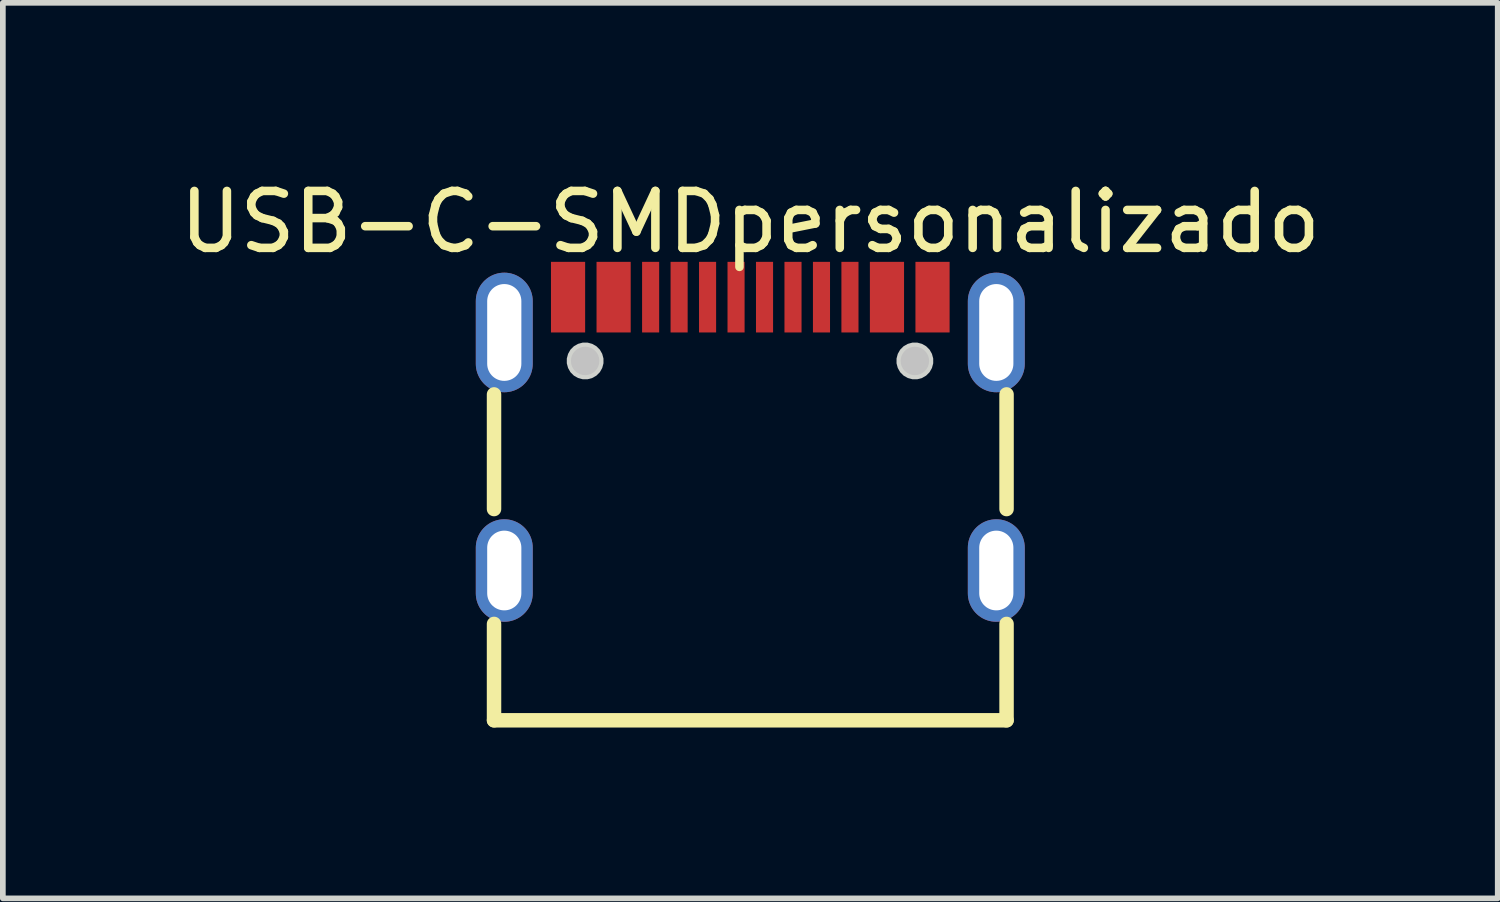
<source format=kicad_pcb>
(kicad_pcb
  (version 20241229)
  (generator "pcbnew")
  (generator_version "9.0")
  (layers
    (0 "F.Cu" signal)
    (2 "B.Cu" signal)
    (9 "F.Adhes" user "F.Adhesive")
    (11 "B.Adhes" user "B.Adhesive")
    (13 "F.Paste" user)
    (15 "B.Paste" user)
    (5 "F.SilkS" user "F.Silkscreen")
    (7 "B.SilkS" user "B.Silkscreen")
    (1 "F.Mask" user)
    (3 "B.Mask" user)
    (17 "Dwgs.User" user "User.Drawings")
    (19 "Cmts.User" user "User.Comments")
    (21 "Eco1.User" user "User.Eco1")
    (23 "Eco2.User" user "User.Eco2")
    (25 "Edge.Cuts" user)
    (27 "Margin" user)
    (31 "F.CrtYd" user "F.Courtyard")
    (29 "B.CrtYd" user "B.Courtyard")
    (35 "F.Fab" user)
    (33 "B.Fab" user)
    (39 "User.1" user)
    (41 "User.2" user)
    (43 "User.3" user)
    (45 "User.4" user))
  (footprint "USB-C-SMDpersonalizado"
    (layer "F.Cu")
    (at 10.125 4.568)
    (property "Reference" "USB-C-SMDpersonalizado" (at 0 -3.72 0) (layer "F.SilkS") (effects (font (size 1 1) (thickness 0.15))))
    (fp_line (start -4.5 1.321) (end -4.5 -0.692) (stroke (width 0.254) (type default)) (layer "F.SilkS"))
    (fp_line (start -4.5 5.03) (end -4.5 3.338) (stroke (width 0.254) (type default)) (layer "F.SilkS"))
    (fp_line (start 4.5 1.321) (end 4.5 -0.692) (stroke (width 0.254) (type default)) (layer "F.SilkS"))
    (fp_line (start 4.5 5.03) (end -4.5 5.03) (stroke (width 0.254) (type default)) (layer "F.SilkS"))
    (fp_line (start 4.5 5.03) (end 4.5 3.338) (stroke (width 0.254) (type default)) (layer "F.SilkS"))
    (fp_poly (pts (xy -3.5 -3.02) (xy -2.9 -3.02) (xy -2.9 -1.78) (xy -3.5 -1.78)) (stroke (width 0) (type default)) (fill yes) (layer "F.Paste"))
    (fp_poly (pts (xy -2.7 -3.02) (xy -2.1 -3.02) (xy -2.1 -1.78) (xy -2.7 -1.78)) (stroke (width 0) (type default)) (fill yes) (layer "F.Paste"))
    (fp_poly (pts (xy -1.9 -3.02) (xy -1.6 -3.02) (xy -1.6 -1.78) (xy -1.9 -1.78)) (stroke (width 0) (type default)) (fill yes) (layer "F.Paste"))
    (fp_poly (pts (xy -1.4 -3.02) (xy -1.1 -3.02) (xy -1.1 -1.78) (xy -1.4 -1.78)) (stroke (width 0) (type default)) (fill yes) (layer "F.Paste"))
    (fp_poly (pts (xy -0.9 -3.02) (xy -0.6 -3.02) (xy -0.6 -1.78) (xy -0.9 -1.78)) (stroke (width 0) (type default)) (fill yes) (layer "F.Paste"))
    (fp_poly (pts (xy -0.4 -3.02) (xy -0.1 -3.02) (xy -0.1 -1.78) (xy -0.4 -1.78)) (stroke (width 0) (type default)) (fill yes) (layer "F.Paste"))
    (fp_poly (pts (xy 0.1 -3.02) (xy 0.4 -3.02) (xy 0.4 -1.78) (xy 0.1 -1.78)) (stroke (width 0) (type default)) (fill yes) (layer "F.Paste"))
    (fp_poly (pts (xy 0.6 -3.02) (xy 0.9 -3.02) (xy 0.9 -1.78) (xy 0.6 -1.78)) (stroke (width 0) (type default)) (fill yes) (layer "F.Paste"))
    (fp_poly (pts (xy 1.1 -3.02) (xy 1.4 -3.02) (xy 1.4 -1.78) (xy 1.1 -1.78)) (stroke (width 0) (type default)) (fill yes) (layer "F.Paste"))
    (fp_poly (pts (xy 1.6 -3.02) (xy 1.9 -3.02) (xy 1.9 -1.78) (xy 1.6 -1.78)) (stroke (width 0) (type default)) (fill yes) (layer "F.Paste"))
    (fp_poly (pts (xy 2.1 -3.02) (xy 2.7 -3.02) (xy 2.7 -1.78) (xy 2.1 -1.78)) (stroke (width 0) (type default)) (fill yes) (layer "F.Paste"))
    (fp_poly (pts (xy 2.9 -3.02) (xy 3.5 -3.02) (xy 3.5 -1.78) (xy 2.9 -1.78)) (stroke (width 0) (type default)) (fill yes) (layer "F.Paste"))
    (fp_poly (pts (xy -4.282 -2.829) (xy -4.308 -2.83) (xy -4.332 -2.83) (xy -4.357 -2.829) (xy -4.382 -2.826) (xy -4.407 -2.822) (xy -4.431 -2.817) (xy -4.455 -2.812) (xy -4.479 -2.804) (xy -4.503 -2.796) (xy -4.526 -2.785) (xy -4.548 -2.775) (xy -4.57 -2.763) (xy -4.591 -2.75) (xy -4.612 -2.736) (xy -4.631 -2.721) (xy -4.651 -2.705) (xy -4.669 -2.688) (xy -4.686 -2.67) (xy -4.703 -2.651) (xy -4.718 -2.632) (xy -4.733 -2.611) (xy -4.747 -2.591) (xy -4.759 -2.569) (xy -4.771 -2.547) (xy -4.78 -2.524) (xy -4.79 -2.501) (xy -4.798 -2.478) (xy -4.804 -2.454) (xy -4.81 -2.429) (xy -4.814 -2.405) (xy -4.817 -2.38) (xy -4.819 -2.355) (xy -4.82 -2.33) (xy -4.82 -1.23) (xy -4.819 -1.205) (xy -4.817 -1.18) (xy -4.814 -1.155) (xy -4.81 -1.131) (xy -4.804 -1.107) (xy -4.798 -1.083) (xy -4.79 -1.059) (xy -4.78 -1.036) (xy -4.771 -1.013) (xy -4.759 -0.991) (xy -4.747 -0.97) (xy -4.733 -0.949) (xy -4.718 -0.928) (xy -4.703 -0.908) (xy -4.686 -0.89) (xy -4.669 -0.872) (xy -4.651 -0.855) (xy -4.631 -0.839) (xy -4.612 -0.824) (xy -4.591 -0.81) (xy -4.57 -0.797) (xy -4.548 -0.785) (xy -4.526 -0.774) (xy -4.503 -0.764) (xy -4.479 -0.756) (xy -4.455 -0.749) (xy -4.431 -0.743) (xy -4.407 -0.738) (xy -4.382 -0.734) (xy -4.357 -0.732) (xy -4.332 -0.73) (xy -4.308 -0.73) (xy -4.282 -0.732) (xy -4.258 -0.734) (xy -4.233 -0.738) (xy -4.209 -0.743) (xy -4.184 -0.749) (xy -4.161 -0.756) (xy -4.138 -0.764) (xy -4.114 -0.774) (xy -4.092 -0.785) (xy -4.07 -0.797) (xy -4.049 -0.81) (xy -4.028 -0.824) (xy -4.008 -0.839) (xy -3.989 -0.855) (xy -3.971 -0.872) (xy -3.954 -0.89) (xy -3.937 -0.908) (xy -3.921 -0.928) (xy -3.907 -0.949) (xy -3.893 -0.97) (xy -3.881 -0.991) (xy -3.869 -1.013) (xy -3.86 -1.036) (xy -3.85 -1.059) (xy -3.842 -1.083) (xy -3.836 -1.107) (xy -3.83 -1.131) (xy -3.825 -1.155) (xy -3.822 -1.18) (xy -3.821 -1.205) (xy -3.82 -1.23) (xy -3.82 -2.33) (xy -3.821 -2.355) (xy -3.822 -2.38) (xy -3.825 -2.405) (xy -3.83 -2.429) (xy -3.836 -2.454) (xy -3.842 -2.478) (xy -3.85 -2.501) (xy -3.86 -2.524) (xy -3.869 -2.547) (xy -3.881 -2.569) (xy -3.893 -2.591) (xy -3.907 -2.611) (xy -3.921 -2.632) (xy -3.937 -2.651) (xy -3.954 -2.67) (xy -3.971 -2.688) (xy -3.989 -2.705) (xy -4.008 -2.721) (xy -4.028 -2.736) (xy -4.049 -2.75) (xy -4.07 -2.763) (xy -4.092 -2.775) (xy -4.114 -2.785) (xy -4.138 -2.796) (xy -4.161 -2.804) (xy -4.184 -2.812) (xy -4.209 -2.817) (xy -4.233 -2.822) (xy -4.258 -2.826)) (stroke (width 0) (type default)) (fill yes) (layer "F.Paste"))
    (fp_poly (pts (xy -4.282 1.502) (xy -4.308 1.5) (xy -4.332 1.5) (xy -4.357 1.502) (xy -4.382 1.504) (xy -4.407 1.508) (xy -4.431 1.512) (xy -4.455 1.518) (xy -4.479 1.526) (xy -4.503 1.534) (xy -4.526 1.544) (xy -4.548 1.555) (xy -4.57 1.567) (xy -4.591 1.58) (xy -4.612 1.594) (xy -4.631 1.609) (xy -4.651 1.625) (xy -4.669 1.642) (xy -4.686 1.66) (xy -4.703 1.679) (xy -4.718 1.698) (xy -4.733 1.718) (xy -4.747 1.74) (xy -4.759 1.761) (xy -4.771 1.783) (xy -4.78 1.806) (xy -4.79 1.829) (xy -4.798 1.853) (xy -4.804 1.877) (xy -4.81 1.901) (xy -4.814 1.925) (xy -4.817 1.95) (xy -4.819 1.975) (xy -4.82 2) (xy -4.82 2.8) (xy -4.819 2.825) (xy -4.817 2.85) (xy -4.814 2.874) (xy -4.81 2.899) (xy -4.804 2.924) (xy -4.798 2.947) (xy -4.79 2.971) (xy -4.78 2.994) (xy -4.771 3.017) (xy -4.759 3.039) (xy -4.747 3.061) (xy -4.733 3.082) (xy -4.718 3.102) (xy -4.703 3.122) (xy -4.686 3.14) (xy -4.669 3.158) (xy -4.651 3.175) (xy -4.631 3.191) (xy -4.612 3.206) (xy -4.591 3.22) (xy -4.57 3.233) (xy -4.548 3.245) (xy -4.526 3.256) (xy -4.503 3.265) (xy -4.479 3.274) (xy -4.455 3.281) (xy -4.431 3.288) (xy -4.407 3.292) (xy -4.382 3.296) (xy -4.357 3.299) (xy -4.332 3.3) (xy -4.308 3.3) (xy -4.282 3.299) (xy -4.258 3.296) (xy -4.233 3.292) (xy -4.209 3.288) (xy -4.184 3.281) (xy -4.161 3.274) (xy -4.138 3.265) (xy -4.114 3.256) (xy -4.092 3.245) (xy -4.07 3.233) (xy -4.049 3.22) (xy -4.028 3.206) (xy -4.008 3.191) (xy -3.989 3.175) (xy -3.971 3.158) (xy -3.954 3.14) (xy -3.937 3.122) (xy -3.921 3.102) (xy -3.907 3.082) (xy -3.893 3.061) (xy -3.881 3.039) (xy -3.869 3.017) (xy -3.86 2.994) (xy -3.85 2.971) (xy -3.842 2.947) (xy -3.836 2.924) (xy -3.83 2.899) (xy -3.825 2.874) (xy -3.822 2.85) (xy -3.821 2.825) (xy -3.82 2.8) (xy -3.82 2) (xy -3.821 1.975) (xy -3.822 1.95) (xy -3.825 1.925) (xy -3.83 1.901) (xy -3.836 1.877) (xy -3.842 1.853) (xy -3.85 1.829) (xy -3.86 1.806) (xy -3.869 1.783) (xy -3.881 1.761) (xy -3.893 1.74) (xy -3.907 1.718) (xy -3.921 1.698) (xy -3.937 1.679) (xy -3.954 1.66) (xy -3.971 1.642) (xy -3.989 1.625) (xy -4.008 1.609) (xy -4.028 1.594) (xy -4.049 1.58) (xy -4.07 1.567) (xy -4.092 1.555) (xy -4.114 1.544) (xy -4.138 1.534) (xy -4.161 1.526) (xy -4.184 1.518) (xy -4.209 1.512) (xy -4.233 1.508) (xy -4.258 1.504)) (stroke (width 0) (type default)) (fill yes) (layer "F.Paste"))
    (fp_poly (pts (xy 4.357 -2.829) (xy 4.332 -2.83) (xy 4.308 -2.83) (xy 4.282 -2.829) (xy 4.258 -2.826) (xy 4.234 -2.822) (xy 4.209 -2.817) (xy 4.184 -2.812) (xy 4.161 -2.804) (xy 4.138 -2.796) (xy 4.114 -2.785) (xy 4.092 -2.775) (xy 4.07 -2.763) (xy 4.049 -2.75) (xy 4.028 -2.736) (xy 4.008 -2.721) (xy 3.989 -2.705) (xy 3.971 -2.688) (xy 3.954 -2.67) (xy 3.937 -2.651) (xy 3.921 -2.632) (xy 3.907 -2.611) (xy 3.893 -2.591) (xy 3.881 -2.569) (xy 3.869 -2.547) (xy 3.86 -2.524) (xy 3.85 -2.501) (xy 3.842 -2.478) (xy 3.836 -2.454) (xy 3.83 -2.429) (xy 3.825 -2.405) (xy 3.822 -2.38) (xy 3.821 -2.355) (xy 3.82 -2.33) (xy 3.82 -1.23) (xy 3.821 -1.205) (xy 3.822 -1.18) (xy 3.825 -1.155) (xy 3.83 -1.131) (xy 3.836 -1.107) (xy 3.842 -1.083) (xy 3.85 -1.059) (xy 3.86 -1.036) (xy 3.869 -1.013) (xy 3.881 -0.991) (xy 3.893 -0.97) (xy 3.907 -0.949) (xy 3.921 -0.928) (xy 3.937 -0.908) (xy 3.954 -0.89) (xy 3.971 -0.872) (xy 3.989 -0.855) (xy 4.008 -0.839) (xy 4.028 -0.824) (xy 4.049 -0.81) (xy 4.07 -0.797) (xy 4.092 -0.785) (xy 4.114 -0.774) (xy 4.138 -0.764) (xy 4.161 -0.756) (xy 4.184 -0.749) (xy 4.209 -0.743) (xy 4.234 -0.738) (xy 4.258 -0.734) (xy 4.282 -0.732) (xy 4.308 -0.73) (xy 4.332 -0.73) (xy 4.357 -0.732) (xy 4.382 -0.734) (xy 4.407 -0.738) (xy 4.431 -0.743) (xy 4.455 -0.749) (xy 4.479 -0.756) (xy 4.503 -0.764) (xy 4.526 -0.774) (xy 4.548 -0.785) (xy 4.57 -0.797) (xy 4.591 -0.81) (xy 4.612 -0.824) (xy 4.632 -0.839) (xy 4.651 -0.855) (xy 4.669 -0.872) (xy 4.686 -0.89) (xy 4.703 -0.908) (xy 4.718 -0.928) (xy 4.733 -0.949) (xy 4.747 -0.97) (xy 4.759 -0.991) (xy 4.771 -1.013) (xy 4.781 -1.036) (xy 4.79 -1.059) (xy 4.798 -1.083) (xy 4.804 -1.107) (xy 4.81 -1.131) (xy 4.814 -1.155) (xy 4.817 -1.18) (xy 4.819 -1.205) (xy 4.82 -1.23) (xy 4.82 -2.33) (xy 4.819 -2.355) (xy 4.817 -2.38) (xy 4.814 -2.405) (xy 4.81 -2.429) (xy 4.804 -2.454) (xy 4.798 -2.478) (xy 4.79 -2.501) (xy 4.781 -2.524) (xy 4.771 -2.547) (xy 4.759 -2.569) (xy 4.747 -2.591) (xy 4.733 -2.611) (xy 4.718 -2.632) (xy 4.703 -2.651) (xy 4.686 -2.67) (xy 4.669 -2.688) (xy 4.651 -2.705) (xy 4.632 -2.721) (xy 4.612 -2.736) (xy 4.591 -2.75) (xy 4.57 -2.763) (xy 4.548 -2.775) (xy 4.526 -2.785) (xy 4.503 -2.796) (xy 4.479 -2.804) (xy 4.455 -2.812) (xy 4.431 -2.817) (xy 4.407 -2.822) (xy 4.382 -2.826)) (stroke (width 0) (type default)) (fill yes) (layer "F.Paste"))
    (fp_poly (pts (xy 4.357 1.502) (xy 4.332 1.5) (xy 4.308 1.5) (xy 4.282 1.502) (xy 4.258 1.504) (xy 4.234 1.508) (xy 4.209 1.512) (xy 4.184 1.518) (xy 4.161 1.526) (xy 4.138 1.534) (xy 4.114 1.544) (xy 4.092 1.555) (xy 4.07 1.567) (xy 4.049 1.58) (xy 4.028 1.594) (xy 4.008 1.609) (xy 3.989 1.625) (xy 3.971 1.642) (xy 3.954 1.66) (xy 3.937 1.679) (xy 3.921 1.698) (xy 3.907 1.718) (xy 3.893 1.74) (xy 3.881 1.761) (xy 3.869 1.783) (xy 3.86 1.806) (xy 3.85 1.829) (xy 3.842 1.853) (xy 3.836 1.877) (xy 3.83 1.901) (xy 3.825 1.925) (xy 3.822 1.95) (xy 3.821 1.975) (xy 3.82 2) (xy 3.82 2.8) (xy 3.821 2.825) (xy 3.822 2.85) (xy 3.825 2.874) (xy 3.83 2.899) (xy 3.836 2.924) (xy 3.842 2.947) (xy 3.85 2.971) (xy 3.86 2.994) (xy 3.869 3.017) (xy 3.881 3.039) (xy 3.893 3.061) (xy 3.907 3.082) (xy 3.921 3.102) (xy 3.937 3.122) (xy 3.954 3.14) (xy 3.971 3.158) (xy 3.989 3.175) (xy 4.008 3.191) (xy 4.028 3.206) (xy 4.049 3.22) (xy 4.07 3.233) (xy 4.092 3.245) (xy 4.114 3.256) (xy 4.138 3.265) (xy 4.161 3.274) (xy 4.184 3.281) (xy 4.209 3.288) (xy 4.234 3.292) (xy 4.258 3.296) (xy 4.282 3.299) (xy 4.308 3.3) (xy 4.332 3.3) (xy 4.357 3.299) (xy 4.382 3.296) (xy 4.407 3.292) (xy 4.431 3.288) (xy 4.455 3.281) (xy 4.479 3.274) (xy 4.503 3.265) (xy 4.526 3.256) (xy 4.548 3.245) (xy 4.57 3.233) (xy 4.591 3.22) (xy 4.612 3.206) (xy 4.632 3.191) (xy 4.651 3.175) (xy 4.669 3.158) (xy 4.686 3.14) (xy 4.703 3.122) (xy 4.718 3.102) (xy 4.733 3.082) (xy 4.747 3.061) (xy 4.759 3.039) (xy 4.771 3.017) (xy 4.781 2.994) (xy 4.79 2.971) (xy 4.798 2.947) (xy 4.804 2.924) (xy 4.81 2.899) (xy 4.814 2.874) (xy 4.817 2.85) (xy 4.819 2.825) (xy 4.82 2.8) (xy 4.82 2) (xy 4.819 1.975) (xy 4.817 1.95) (xy 4.814 1.925) (xy 4.81 1.901) (xy 4.804 1.877) (xy 4.798 1.853) (xy 4.79 1.829) (xy 4.781 1.806) (xy 4.771 1.783) (xy 4.759 1.761) (xy 4.747 1.74) (xy 4.733 1.718) (xy 4.718 1.698) (xy 4.703 1.679) (xy 4.686 1.66) (xy 4.669 1.642) (xy 4.651 1.625) (xy 4.632 1.609) (xy 4.612 1.594) (xy 4.591 1.58) (xy 4.57 1.567) (xy 4.548 1.555) (xy 4.526 1.544) (xy 4.503 1.534) (xy 4.479 1.526) (xy 4.455 1.518) (xy 4.431 1.512) (xy 4.407 1.508) (xy 4.382 1.504)) (stroke (width 0) (type default)) (fill yes) (layer "F.Paste"))
    (fp_circle (center -2.9 -1.28) (end -2.775 -1.28) (stroke (width 0.25) (type default)) (fill no) (layer "Dwgs.User"))
    (fp_circle (center 2.89 -1.28) (end 3.015 -1.28) (stroke (width 0.25) (type default)) (fill no) (layer "Dwgs.User"))
    (fp_poly (pts (xy -2.578 -1.322) (xy -2.6 -1.404) (xy -2.642 -1.478) (xy -2.702 -1.538) (xy -2.776 -1.58) (xy -2.858 -1.602) (xy -2.942 -1.602) (xy -3.024 -1.58) (xy -3.098 -1.538) (xy -3.158 -1.478) (xy -3.2 -1.404) (xy -3.222 -1.322) (xy -3.222 -1.238) (xy -3.2 -1.156) (xy -3.158 -1.082) (xy -3.098 -1.022) (xy -3.024 -0.98) (xy -2.942 -0.958) (xy -2.858 -0.958) (xy -2.776 -0.98) (xy -2.702 -1.022) (xy -2.642 -1.082) (xy -2.6 -1.156) (xy -2.578 -1.238)) (stroke (width 0) (type default)) (fill yes) (layer "Edge.Cuts"))
    (fp_poly (pts (xy 3.212 -1.322) (xy 3.19 -1.404) (xy 3.148 -1.478) (xy 3.088 -1.538) (xy 3.014 -1.58) (xy 2.932 -1.602) (xy 2.848 -1.602) (xy 2.766 -1.58) (xy 2.692 -1.538) (xy 2.632 -1.478) (xy 2.59 -1.404) (xy 2.568 -1.322) (xy 2.568 -1.238) (xy 2.59 -1.156) (xy 2.632 -1.082) (xy 2.692 -1.022) (xy 2.766 -0.98) (xy 2.848 -0.958) (xy 2.932 -0.958) (xy 3.014 -0.98) (xy 3.088 -1.022) (xy 3.148 -1.082) (xy 3.19 -1.156) (xy 3.212 -1.238)) (stroke (width 0) (type default)) (fill yes) (layer "Edge.Cuts"))
    (fp_poly (pts (xy -4.47 -2.33) (xy -4.17 -2.33) (xy -4.17 -1.23) (xy -4.47 -1.23)) (stroke (width 0.1) (type default)) (fill no) (layer "User.1"))
    (fp_poly (pts (xy -4.47 2) (xy -4.17 2) (xy -4.17 2.8) (xy -4.47 2.8)) (stroke (width 0.1) (type default)) (fill no) (layer "User.1"))
    (fp_poly (pts (xy -3.43 -2.9) (xy -2.97 -2.9) (xy -2.97 -2.1) (xy -3.43 -2.1)) (stroke (width 0.1) (type default)) (fill no) (layer "User.1"))
    (fp_poly (pts (xy -2.63 -2.9) (xy -2.17 -2.9) (xy -2.17 -2.1) (xy -2.63 -2.1)) (stroke (width 0.1) (type default)) (fill no) (layer "User.1"))
    (fp_poly (pts (xy -1.87 -2.9) (xy -1.63 -2.9) (xy -1.63 -2.1) (xy -1.87 -2.1)) (stroke (width 0.1) (type default)) (fill no) (layer "User.1"))
    (fp_poly (pts (xy -1.37 -2.9) (xy -1.13 -2.9) (xy -1.13 -2.1) (xy -1.37 -2.1)) (stroke (width 0.1) (type default)) (fill no) (layer "User.1"))
    (fp_poly (pts (xy -0.87 -2.9) (xy -0.63 -2.9) (xy -0.63 -2.1) (xy -0.87 -2.1)) (stroke (width 0.1) (type default)) (fill no) (layer "User.1"))
    (fp_poly (pts (xy -0.37 -2.9) (xy -0.13 -2.9) (xy -0.13 -2.1) (xy -0.37 -2.1)) (stroke (width 0.1) (type default)) (fill no) (layer "User.1"))
    (fp_poly (pts (xy 0.13 -2.9) (xy 0.37 -2.9) (xy 0.37 -2.1) (xy 0.13 -2.1)) (stroke (width 0.1) (type default)) (fill no) (layer "User.1"))
    (fp_poly (pts (xy 0.63 -2.9) (xy 0.87 -2.9) (xy 0.87 -2.1) (xy 0.63 -2.1)) (stroke (width 0.1) (type default)) (fill no) (layer "User.1"))
    (fp_poly (pts (xy 1.13 -2.9) (xy 1.37 -2.9) (xy 1.37 -2.1) (xy 1.13 -2.1)) (stroke (width 0.1) (type default)) (fill no) (layer "User.1"))
    (fp_poly (pts (xy 1.63 -2.9) (xy 1.87 -2.9) (xy 1.87 -2.1) (xy 1.63 -2.1)) (stroke (width 0.1) (type default)) (fill no) (layer "User.1"))
    (fp_poly (pts (xy 2.17 -2.9) (xy 2.63 -2.9) (xy 2.63 -2.1) (xy 2.17 -2.1)) (stroke (width 0.1) (type default)) (fill no) (layer "User.1"))
    (fp_poly (pts (xy 2.97 -2.9) (xy 3.43 -2.9) (xy 3.43 -2.1) (xy 2.97 -2.1)) (stroke (width 0.1) (type default)) (fill no) (layer "User.1"))
    (fp_poly (pts (xy 4.17 -2.33) (xy 4.47 -2.33) (xy 4.47 -1.23) (xy 4.17 -1.23)) (stroke (width 0.1) (type default)) (fill no) (layer "User.1"))
    (fp_poly (pts (xy 4.17 2) (xy 4.47 2) (xy 4.47 2.8) (xy 4.17 2.8)) (stroke (width 0.1) (type default)) (fill no) (layer "User.1"))
    (fp_line (start -4.47 -2.32) (end 4.47 -2.32) (stroke (width 0.051) (type default)) (layer "User.2"))
    (fp_line (start -4.47 5.03) (end -4.47 -2.32) (stroke (width 0.051) (type default)) (layer "User.2"))
    (fp_line (start 4.47 -2.32) (end 4.47 5.03) (stroke (width 0.051) (type default)) (layer "User.2"))
    (fp_line (start 4.47 5.03) (end -4.47 5.03) (stroke (width 0.051) (type default)) (layer "User.2"))
    (fp_poly (pts (xy -4.415 -2.923) (xy -4.447 -2.955) (xy -4.493 -2.955) (xy -4.525 -2.923) (xy -4.525 -2.877) (xy -4.493 -2.845) (xy -4.447 -2.845) (xy -4.415 -2.877)) (stroke (width 0.1) (type default)) (fill no) (layer "User.3"))
    (pad "1" thru_hole oval (at -4.32 -1.78) (size 1 2.1) (drill oval 0.6 1.7) (layers "*.Cu" "*.Mask"))
    (pad "2" thru_hole oval (at 4.32 -1.78) (size 1 2.1) (drill oval 0.6 1.7) (layers "*.Cu" "*.Mask"))
    (pad "3" thru_hole oval (at 4.32 2.4) (size 1 1.8) (drill oval 0.6 1.4) (layers "*.Cu" "*.Mask"))
    (pad "4" thru_hole oval (at -4.32 2.4) (size 1 1.8) (drill oval 0.6 1.4) (layers "*.Cu" "*.Mask"))
    (pad "A1B12" smd rect (at -3.2 -2.4) (size 0.6 1.24) (layers "F.Cu" "F.Mask" "F.Paste"))
    (pad "A4B9" smd rect (at -2.4 -2.4) (size 0.6 1.24) (layers "F.Cu" "F.Mask" "F.Paste"))
    (pad "A5" smd rect (at -1.25 -2.4) (size 0.3 1.24) (layers "F.Cu" "F.Mask" "F.Paste"))
    (pad "A6" smd rect (at -0.25 -2.4) (size 0.3 1.24) (layers "F.Cu" "F.Mask" "F.Paste"))
    (pad "A7" smd rect (at 0.25 -2.4) (size 0.3 1.24) (layers "F.Cu" "F.Mask" "F.Paste"))
    (pad "A8" smd rect (at 1.25 -2.4) (size 0.3 1.24) (layers "F.Cu" "F.Mask" "F.Paste"))
    (pad "B1A12" smd rect (at 3.2 -2.4) (size 0.6 1.24) (layers "F.Cu" "F.Mask" "F.Paste"))
    (pad "B4A9" smd rect (at 2.4 -2.4) (size 0.6 1.24) (layers "F.Cu" "F.Mask" "F.Paste"))
    (pad "B5" smd rect (at 1.75 -2.4) (size 0.3 1.24) (layers "F.Cu" "F.Mask" "F.Paste"))
    (pad "B6" smd rect (at 0.75 -2.4) (size 0.3 1.24) (layers "F.Cu" "F.Mask" "F.Paste"))
    (pad "B7" smd rect (at -0.75 -2.4) (size 0.3 1.24) (layers "F.Cu" "F.Mask" "F.Paste"))
    (pad "B8" smd rect (at -1.75 -2.4) (size 0.3 1.24) (layers "F.Cu" "F.Mask" "F.Paste")))
  (gr_rect
    (start -3 -3)
    (end 23.25 12.725)
    (stroke (width 0.1) (type default))
    (fill no)
    (layer "Edge.Cuts")))
</source>
